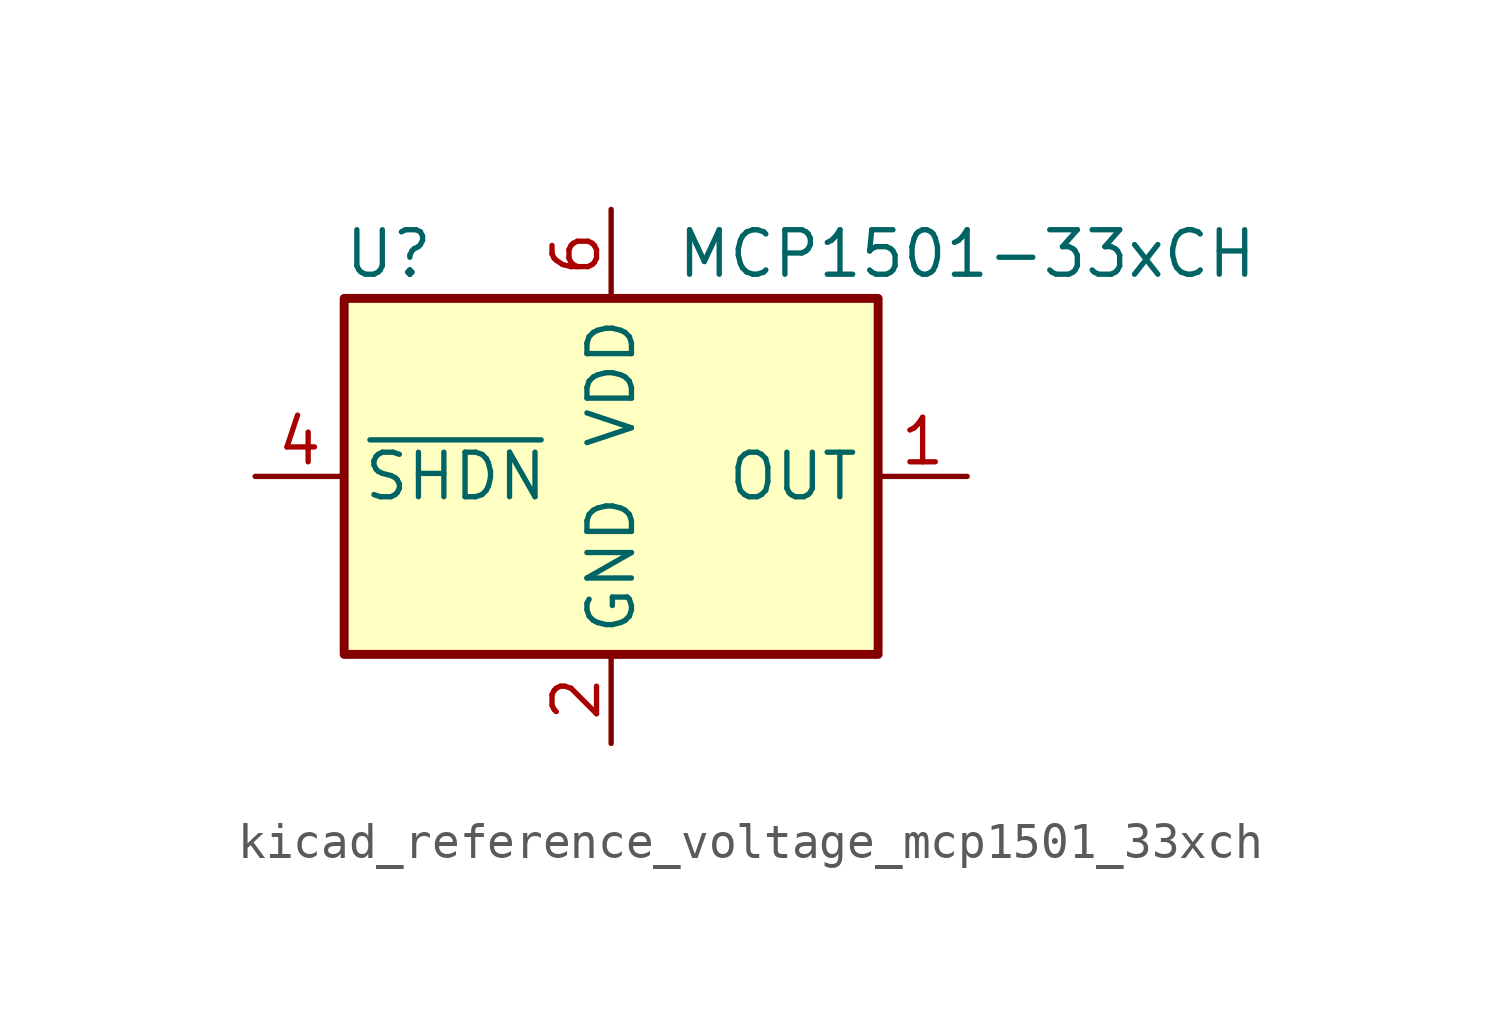
<source format=kicad_sym>
(kicad_symbol_lib
  (version 20220914)
  (generator kicad_symbol_editor)
  (symbol "kicad_reference_voltage_mcp1501_33xch"
    (property "Reference" "U"
      (at -6.35 6.35 0)
      (effects (font (size 1.27 1.27))))
    (property "Value" "MCP1501-33xCH"
      (at 10.16 6.35 0)
      (effects (font (size 1.27 1.27))))
    (symbol "kicad_reference_voltage_mcp1501_33xch_0_0"
      (pin power_out line (at 10.16 0 180) (length 2.54) (name "OUT" (effects (font (size 1.27 1.27)))) (number "1" (effects (font (size 1.27 1.27)))))
      (pin power_in line (at 0 -7.62 90) (length 2.54) (name "GND" (effects (font (size 1.27 1.27)))) (number "2" (effects (font (size 1.27 1.27)))))
      (pin passive line (at 0 -7.62 90) (length 2.54) hide (name "GND" (effects (font (size 1.27 1.27)))) (number "3" (effects (font (size 1.27 1.27)))))
      (pin input line (at -10.16 0 0) (length 2.54) (name "~{SHDN}" (effects (font (size 1.27 1.27)))) (number "4" (effects (font (size 1.27 1.27)))))
      (pin passive line (at 0 -7.62 90) (length 2.54) hide (name "GND" (effects (font (size 1.27 1.27)))) (number "5" (effects (font (size 1.27 1.27)))))
      (pin power_in line (at 0 7.62 270) (length 2.54) (name "VDD" (effects (font (size 1.27 1.27)))) (number "6" (effects (font (size 1.27 1.27))))))
    (symbol "kicad_reference_voltage_mcp1501_33xch_0_1"
      (rectangle (start -7.62 5.08) (end 7.62 -5.08) (stroke (width 0.254) (type default)) (fill (type background))))))
</source>
